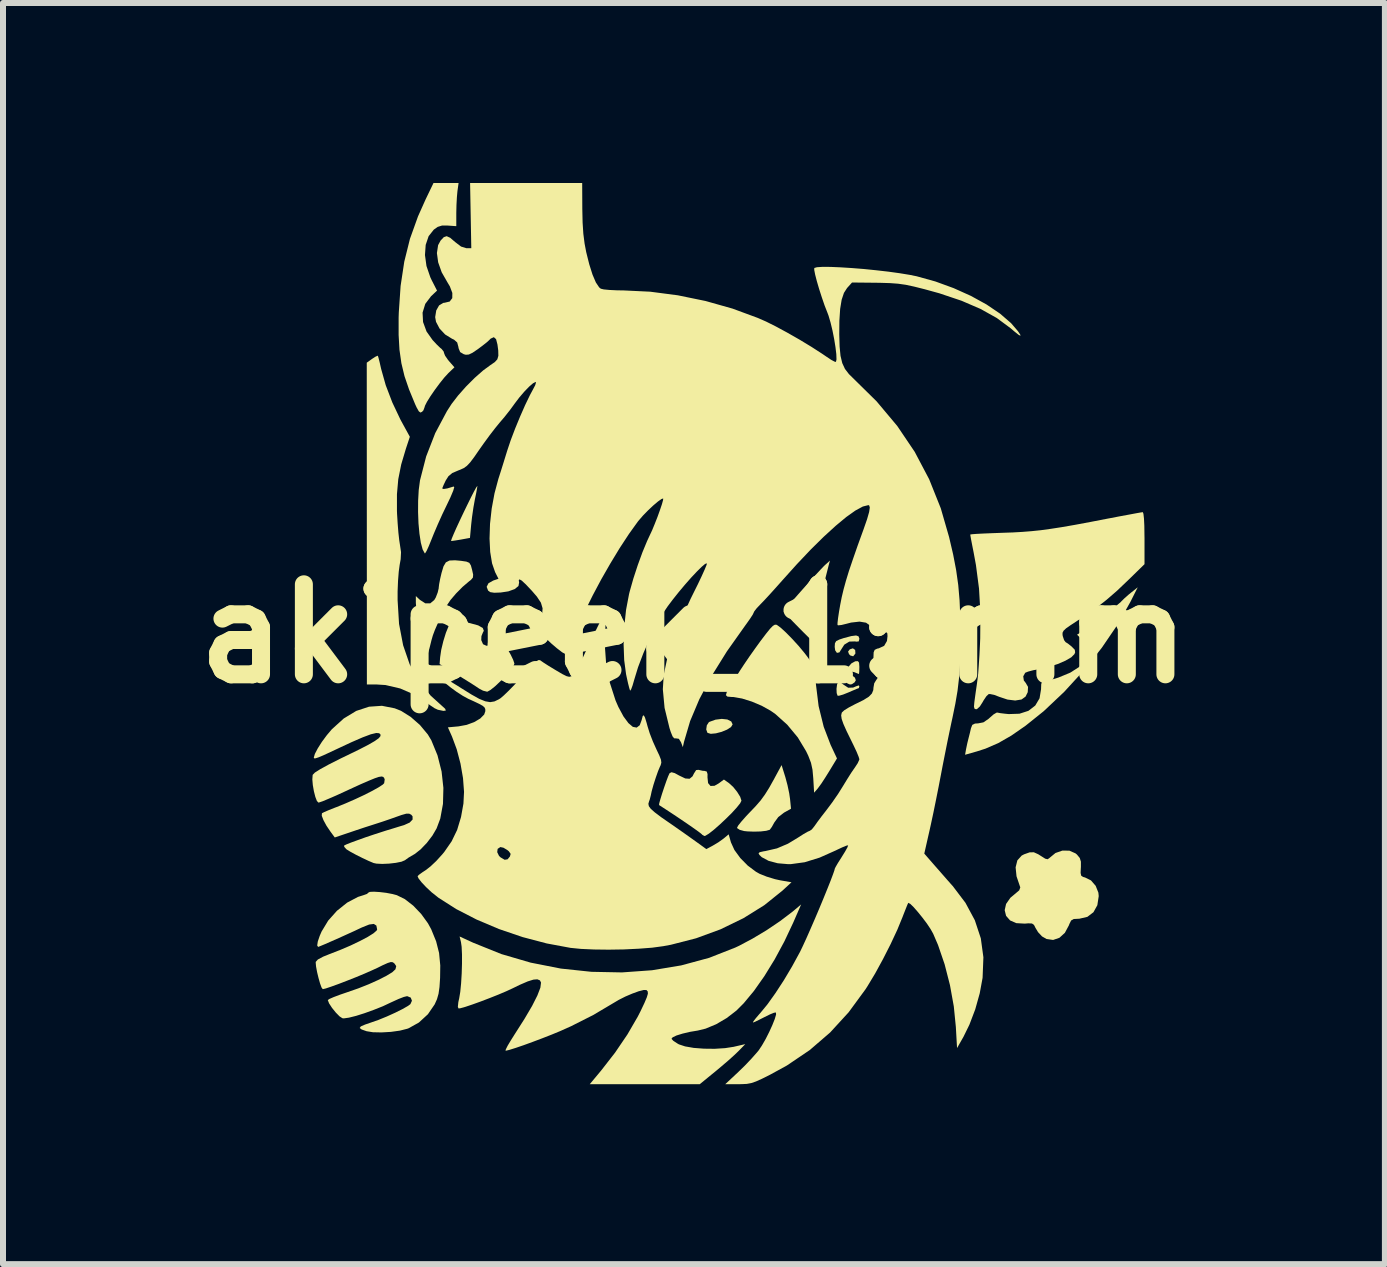
<source format=kicad_pcb>
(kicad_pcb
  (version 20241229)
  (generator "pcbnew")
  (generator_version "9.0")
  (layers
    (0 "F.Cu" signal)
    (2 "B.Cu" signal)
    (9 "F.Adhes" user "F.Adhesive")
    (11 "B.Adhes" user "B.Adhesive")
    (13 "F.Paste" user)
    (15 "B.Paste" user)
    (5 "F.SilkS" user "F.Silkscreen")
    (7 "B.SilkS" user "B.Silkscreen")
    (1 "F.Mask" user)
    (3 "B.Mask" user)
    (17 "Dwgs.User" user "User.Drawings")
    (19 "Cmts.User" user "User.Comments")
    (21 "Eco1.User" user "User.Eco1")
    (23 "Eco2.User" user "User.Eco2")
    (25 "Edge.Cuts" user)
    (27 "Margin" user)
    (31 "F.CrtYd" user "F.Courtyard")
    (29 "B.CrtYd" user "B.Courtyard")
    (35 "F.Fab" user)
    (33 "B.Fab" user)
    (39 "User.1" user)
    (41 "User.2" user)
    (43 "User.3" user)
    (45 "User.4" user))
  (footprint "akipeek_15mm"
    (layer "F.Cu")
    (at 8.514 7.509)
    (property "Reference" "akipeek_15mm" (at 0 0 0) (layer "F.SilkS") (effects (font (size 1.5 1.5) (thickness 0.3))))
    (attr board_only exclude_from_pos_files exclude_from_bom)
    (fp_poly (pts (xy 2.687 0.272) (xy 2.691 0.327) (xy 2.689 0.335) (xy 2.654 0.378) (xy 2.606 0.364) (xy 2.584 0.341) (xy 2.569 0.299) (xy 2.597 0.263) (xy 2.649 0.245)) (stroke (width 0) (type solid)) (fill yes) (layer "F.SilkS"))
    (fp_poly (pts (xy 2.632 0.694) (xy 2.683 0.734) (xy 2.698 0.778) (xy 2.677 0.813) (xy 2.633 0.843) (xy 2.601 0.848) (xy 2.574 0.837) (xy 2.559 0.831) (xy 2.527 0.793) (xy 2.529 0.738) (xy 2.563 0.695) (xy 2.57 0.692)) (stroke (width 0) (type solid)) (fill yes) (layer "F.SilkS"))
    (fp_poly (pts (xy 0.557 1.431) (xy 0.622 1.464) (xy 0.645 1.513) (xy 0.619 1.556) (xy 0.552 1.6) (xy 0.462 1.637) (xy 0.366 1.662) (xy 0.281 1.67) (xy 0.227 1.654) (xy 0.225 1.652) (xy 0.205 1.597) (xy 0.215 1.528) (xy 0.249 1.476) (xy 0.257 1.471) (xy 0.36 1.434) (xy 0.465 1.421)) (stroke (width 0) (type solid)) (fill yes) (layer "F.SilkS"))
    (fp_poly (pts (xy 2.752 0.484) (xy 2.757 0.552) (xy 2.757 0.561) (xy 2.755 0.633) (xy 2.751 0.671) (xy 2.75 0.673) (xy 2.72 0.662) (xy 2.671 0.642) (xy 2.602 0.626) (xy 2.56 0.629) (xy 2.54 0.627) (xy 2.554 0.587) (xy 2.57 0.559) (xy 2.625 0.496) (xy 2.687 0.462) (xy 2.689 0.461) (xy 2.733 0.459)) (stroke (width 0) (type solid)) (fill yes) (layer "F.SilkS"))
    (fp_poly (pts (xy 2.743 0.045) (xy 2.757 0.083) (xy 2.757 0.089) (xy 2.746 0.13) (xy 2.703 0.134) (xy 2.686 0.13) (xy 2.589 0.133) (xy 2.506 0.184) (xy 2.463 0.251) (xy 2.424 0.313) (xy 2.383 0.321) (xy 2.354 0.279) (xy 2.346 0.221) (xy 2.35 0.161) (xy 2.371 0.125) (xy 2.423 0.099) (xy 2.498 0.074) (xy 2.623 0.041) (xy 2.702 0.031)) (stroke (width 0) (type solid)) (fill yes) (layer "F.SilkS"))
    (fp_poly (pts (xy 2.443 0.813) (xy 2.492 0.85) (xy 2.571 0.902) (xy 2.654 0.899) (xy 2.7 0.879) (xy 2.747 0.863) (xy 2.757 0.879) (xy 2.749 0.908) (xy 2.746 0.909) (xy 2.716 0.92) (xy 2.647 0.949) (xy 2.573 0.981) (xy 2.485 1.016) (xy 2.419 1.035) (xy 2.394 1.035) (xy 2.379 0.991) (xy 2.376 0.92) (xy 2.385 0.85) (xy 2.402 0.808) (xy 2.404 0.807)) (stroke (width 0) (type solid)) (fill yes) (layer "F.SilkS"))
    (fp_poly (pts (xy -3.609 -2.458) (xy -3.614 -2.422) (xy -3.628 -2.344) (xy -3.649 -2.242) (xy -3.65 -2.238) (xy -3.675 -2.099) (xy -3.698 -1.94) (xy -3.712 -1.816) (xy -3.732 -1.595) (xy -3.89 -1.566) (xy -3.976 -1.552) (xy -4.034 -1.544) (xy -4.048 -1.544) (xy -4.036 -1.582) (xy -4.005 -1.657) (xy -3.959 -1.761) (xy -3.902 -1.884) (xy -3.84 -2.015) (xy -3.777 -2.145) (xy -3.718 -2.265) (xy -3.668 -2.363) (xy -3.63 -2.432) (xy -3.611 -2.46)) (stroke (width 0) (type solid)) (fill yes) (layer "F.SilkS"))
    (fp_poly (pts (xy 2.247 -1.144) (xy 2.194 -0.935) (xy 2.143 -0.703) (xy 2.098 -0.469) (xy 2.063 -0.257) (xy 2.05 -0.154) (xy 2.034 -0.03) (xy 2.018 0.068) (xy 2.005 0.128) (xy 1.998 0.142) (xy 1.971 0.12) (xy 1.913 0.065) (xy 1.831 -0.016) (xy 1.738 -0.11) (xy 1.643 -0.207) (xy 1.566 -0.288) (xy 1.514 -0.345) (xy 1.496 -0.369) (xy 1.514 -0.395) (xy 1.565 -0.456) (xy 1.64 -0.543) (xy 1.731 -0.647) (xy 1.831 -0.76) (xy 1.932 -0.873) (xy 2.027 -0.977) (xy 2.108 -1.064) (xy 2.166 -1.125) (xy 2.186 -1.144) (xy 2.267 -1.217)) (stroke (width 0) (type solid)) (fill yes) (layer "F.SilkS"))
    (fp_poly (pts (xy 1.524 2.393) (xy 1.559 2.524) (xy 1.588 2.661) (xy 1.602 2.757) (xy 1.618 2.918) (xy 1.502 2.983) (xy 1.405 3.058) (xy 1.338 3.15) (xy 1.299 3.221) (xy 1.266 3.266) (xy 1.261 3.27) (xy 1.205 3.286) (xy 1.112 3.297) (xy 1 3.3) (xy 0.892 3.296) (xy 0.836 3.29) (xy 0.763 3.27) (xy 0.722 3.243) (xy 0.719 3.234) (xy 0.738 3.198) (xy 0.79 3.133) (xy 0.865 3.048) (xy 0.911 2.999) (xy 1.025 2.88) (xy 1.112 2.78) (xy 1.184 2.681) (xy 1.255 2.567) (xy 1.338 2.419) (xy 1.344 2.407) (xy 1.461 2.191)) (stroke (width 0) (type solid)) (fill yes) (layer "F.SilkS"))
    (fp_poly (pts (xy -3.777 -0.184) (xy -3.73 -0.174) (xy -3.595 -0.137) (xy -3.519 -0.094) (xy -3.501 -0.047) (xy -3.516 -0.02) (xy -3.541 0.042) (xy -3.544 0.108) (xy -3.514 0.177) (xy -3.456 0.203) (xy -3.38 0.184) (xy -3.327 0.145) (xy -3.274 0.103) (xy -3.236 0.101) (xy -3.21 0.119) (xy -3.164 0.171) (xy -3.109 0.254) (xy -3.055 0.348) (xy -3.013 0.435) (xy -2.992 0.496) (xy -2.992 0.502) (xy -3.012 0.549) (xy -3.066 0.622) (xy -3.142 0.709) (xy -3.229 0.798) (xy -3.315 0.879) (xy -3.39 0.939) (xy -3.441 0.967) (xy -3.447 0.968) (xy -3.514 0.951) (xy -3.578 0.917) (xy -3.632 0.881) (xy -3.722 0.823) (xy -3.836 0.752) (xy -3.944 0.686) (xy -4.238 0.507) (xy -4.229 0.393) (xy -4.211 0.27) (xy -4.176 0.125) (xy -4.133 -0.014) (xy -4.089 -0.122) (xy -4.088 -0.124) (xy -4.049 -0.175) (xy -3.992 -0.201) (xy -3.905 -0.204)) (stroke (width 0) (type solid)) (fill yes) (layer "F.SilkS"))
    (fp_poly (pts (xy -3.881 -1.213) (xy -3.792 -1.2) (xy -3.744 -1.18) (xy -3.717 -1.137) (xy -3.697 -1.064) (xy -3.679 -0.983) (xy -3.683 -0.934) (xy -3.715 -0.896) (xy -3.746 -0.872) (xy -3.854 -0.78) (xy -3.963 -0.67) (xy -4.056 -0.561) (xy -4.119 -0.468) (xy -4.12 -0.466) (xy -4.208 -0.295) (xy -4.272 -0.163) (xy -4.317 -0.06) (xy -4.35 0.028) (xy -4.374 0.111) (xy -4.383 0.148) (xy -4.407 0.244) (xy -4.428 0.315) (xy -4.44 0.343) (xy -4.455 0.326) (xy -4.48 0.267) (xy -4.501 0.201) (xy -4.538 0.058) (xy -4.573 -0.102) (xy -4.603 -0.262) (xy -4.625 -0.403) (xy -4.634 -0.509) (xy -4.634 -0.521) (xy -4.634 -0.626) (xy -4.566 -0.562) (xy -4.477 -0.505) (xy -4.395 -0.504) (xy -4.327 -0.56) (xy -4.302 -0.602) (xy -4.27 -0.685) (xy -4.253 -0.756) (xy -4.253 -0.765) (xy -4.246 -0.823) (xy -4.228 -0.917) (xy -4.206 -1.011) (xy -4.173 -1.121) (xy -4.134 -1.187) (xy -4.074 -1.218) (xy -3.981 -1.222)) (stroke (width 0) (type solid)) (fill yes) (layer "F.SilkS"))
    (fp_poly (pts (xy -5.267 -4.63) (xy -5.257 -4.598) (xy -5.238 -4.524) (xy -5.215 -4.423) (xy -5.212 -4.41) (xy -5.136 -4.14) (xy -5.026 -3.852) (xy -4.891 -3.567) (xy -4.86 -3.51) (xy -4.734 -3.28) (xy -4.799 -3.084) (xy -4.878 -2.819) (xy -4.927 -2.573) (xy -4.949 -2.323) (xy -4.949 -2.045) (xy -4.947 -1.994) (xy -4.937 -1.835) (xy -4.925 -1.684) (xy -4.911 -1.558) (xy -4.898 -1.473) (xy -4.897 -1.467) (xy -4.881 -1.358) (xy -4.887 -1.239) (xy -4.904 -1.144) (xy -4.919 -1.032) (xy -4.931 -0.879) (xy -4.938 -0.704) (xy -4.938 -0.557) (xy -4.914 -0.162) (xy -4.846 0.194) (xy -4.737 0.511) (xy -4.583 0.791) (xy -4.386 1.035) (xy -4.209 1.195) (xy -4.146 1.252) (xy -4.134 1.282) (xy -4.174 1.288) (xy -4.267 1.269) (xy -4.323 1.243) (xy -4.4 1.191) (xy -4.443 1.159) (xy -4.657 1.017) (xy -4.895 0.914) (xy -5.14 0.857) (xy -5.299 0.847) (xy -5.45 0.848) (xy -5.451 -1.833) (xy -5.452 -4.515) (xy -5.364 -4.578) (xy -5.305 -4.616) (xy -5.27 -4.631)) (stroke (width 0) (type solid)) (fill yes) (layer "F.SilkS"))
    (fp_poly (pts (xy 0.146 2.286) (xy 0.178 2.288) (xy 0.214 2.299) (xy 0.227 2.341) (xy 0.226 2.394) (xy 0.236 2.491) (xy 0.276 2.539) (xy 0.343 2.536) (xy 0.41 2.498) (xy 0.5 2.432) (xy 0.585 2.492) (xy 0.654 2.555) (xy 0.72 2.637) (xy 0.771 2.719) (xy 0.792 2.783) (xy 0.792 2.784) (xy 0.771 2.827) (xy 0.714 2.898) (xy 0.633 2.987) (xy 0.535 3.084) (xy 0.432 3.181) (xy 0.334 3.267) (xy 0.25 3.333) (xy 0.191 3.369) (xy 0.175 3.373) (xy 0.138 3.352) (xy 0.132 3.344) (xy 0.104 3.321) (xy 0.037 3.272) (xy -0.058 3.205) (xy -0.172 3.127) (xy -0.295 3.044) (xy -0.416 2.964) (xy -0.525 2.893) (xy -0.581 2.857) (xy -0.578 2.828) (xy -0.559 2.759) (xy -0.53 2.665) (xy -0.495 2.56) (xy -0.46 2.459) (xy -0.429 2.377) (xy -0.407 2.329) (xy -0.404 2.325) (xy -0.373 2.31) (xy -0.319 2.325) (xy -0.246 2.365) (xy -0.144 2.414) (xy -0.072 2.419) (xy -0.023 2.378) (xy 0.001 2.33) (xy 0.037 2.274) (xy 0.076 2.27)) (stroke (width 0) (type solid)) (fill yes) (layer "F.SilkS"))
    (fp_poly (pts (xy 1.378 -0.147) (xy 1.384 -0.144) (xy 1.448 -0.097) (xy 1.536 -0.016) (xy 1.638 0.088) (xy 1.743 0.203) (xy 1.838 0.317) (xy 1.888 0.382) (xy 1.947 0.465) (xy 1.985 0.531) (xy 2.008 0.598) (xy 2.021 0.684) (xy 2.031 0.806) (xy 2.033 0.843) (xy 2.078 1.208) (xy 2.163 1.553) (xy 2.278 1.854) (xy 2.384 2.08) (xy 2.255 2.293) (xy 2.187 2.402) (xy 2.123 2.5) (xy 2.073 2.568) (xy 2.065 2.579) (xy 2.003 2.651) (xy 1.989 2.412) (xy 1.976 2.268) (xy 1.951 2.153) (xy 1.906 2.036) (xy 1.869 1.959) (xy 1.731 1.73) (xy 1.555 1.518) (xy 1.358 1.341) (xy 1.278 1.285) (xy 1.131 1.203) (xy 0.966 1.133) (xy 0.803 1.082) (xy 0.662 1.057) (xy 0.628 1.056) (xy 0.559 1.05) (xy 0.533 1.026) (xy 0.548 0.974) (xy 0.589 0.904) (xy 0.635 0.83) (xy 0.699 0.727) (xy 0.766 0.619) (xy 0.768 0.616) (xy 0.835 0.514) (xy 0.924 0.383) (xy 1.024 0.242) (xy 1.108 0.126) (xy 1.202 0.002) (xy 1.269 -0.081) (xy 1.316 -0.129) (xy 1.35 -0.149)) (stroke (width 0) (type solid)) (fill yes) (layer "F.SilkS"))
    (fp_poly (pts (xy -3.941 -7.372) (xy -3.95 -7.273) (xy -3.957 -7.143) (xy -3.96 -7.013) (xy -3.96 -6.79) (xy -4.101 -6.8) (xy -4.199 -6.8) (xy -4.27 -6.778) (xy -4.335 -6.732) (xy -4.421 -6.623) (xy -4.47 -6.478) (xy -4.482 -6.309) (xy -4.457 -6.126) (xy -4.393 -5.939) (xy -4.37 -5.89) (xy -4.281 -5.716) (xy -4.381 -5.622) (xy -4.477 -5.495) (xy -4.522 -5.349) (xy -4.514 -5.193) (xy -4.456 -5.035) (xy -4.355 -4.892) (xy -4.287 -4.819) (xy -4.229 -4.763) (xy -4.204 -4.743) (xy -4.169 -4.698) (xy -4.165 -4.678) (xy -4.147 -4.632) (xy -4.101 -4.565) (xy -4.078 -4.537) (xy -3.991 -4.438) (xy -4.094 -4.339) (xy -4.16 -4.267) (xy -4.237 -4.171) (xy -4.317 -4.063) (xy -4.39 -3.957) (xy -4.448 -3.864) (xy -4.482 -3.797) (xy -4.488 -3.775) (xy -4.508 -3.721) (xy -4.531 -3.696) (xy -4.558 -3.684) (xy -4.585 -3.705) (xy -4.62 -3.767) (xy -4.646 -3.823) (xy -4.747 -4.068) (xy -4.823 -4.29) (xy -4.875 -4.506) (xy -4.907 -4.731) (xy -4.921 -4.978) (xy -4.921 -5.264) (xy -4.918 -5.353) (xy -4.888 -5.794) (xy -4.827 -6.198) (xy -4.732 -6.58) (xy -4.598 -6.953) (xy -4.471 -7.237) (xy -4.34 -7.509) (xy -4.131 -7.509) (xy -3.922 -7.509)) (stroke (width 0) (type solid)) (fill yes) (layer "F.SilkS"))
    (fp_poly (pts (xy 6.257 3.617) (xy 6.359 3.662) (xy 6.383 3.682) (xy 6.43 3.739) (xy 6.449 3.8) (xy 6.449 3.892) (xy 6.448 3.902) (xy 6.444 3.988) (xy 6.454 4.034) (xy 6.485 4.055) (xy 6.518 4.064) (xy 6.617 4.113) (xy 6.695 4.203) (xy 6.74 4.316) (xy 6.746 4.374) (xy 6.723 4.526) (xy 6.658 4.643) (xy 6.557 4.72) (xy 6.424 4.751) (xy 6.408 4.752) (xy 6.329 4.756) (xy 6.286 4.781) (xy 6.256 4.841) (xy 6.25 4.859) (xy 6.182 4.986) (xy 6.091 5.069) (xy 5.986 5.105) (xy 5.876 5.089) (xy 5.801 5.046) (xy 5.735 4.975) (xy 5.692 4.904) (xy 5.667 4.854) (xy 5.634 4.831) (xy 5.573 4.828) (xy 5.513 4.833) (xy 5.372 4.825) (xy 5.268 4.779) (xy 5.202 4.703) (xy 5.179 4.609) (xy 5.202 4.505) (xy 5.274 4.402) (xy 5.348 4.34) (xy 5.421 4.278) (xy 5.439 4.229) (xy 5.437 4.224) (xy 5.376 4.044) (xy 5.361 3.895) (xy 5.39 3.779) (xy 5.462 3.699) (xy 5.502 3.678) (xy 5.595 3.645) (xy 5.665 3.644) (xy 5.738 3.677) (xy 5.787 3.708) (xy 5.855 3.751) (xy 5.895 3.76) (xy 5.925 3.739) (xy 5.928 3.736) (xy 6.025 3.656) (xy 6.14 3.616)) (stroke (width 0) (type solid)) (fill yes) (layer "F.SilkS"))
    (fp_poly (pts (xy 7.274 -0.529) (xy 7.058 -0.146) (xy 6.795 0.239) (xy 6.496 0.615) (xy 6.171 0.97) (xy 5.83 1.292) (xy 5.527 1.535) (xy 5.289 1.7) (xy 5.071 1.825) (xy 4.859 1.917) (xy 4.716 1.963) (xy 4.519 2.019) (xy 4.535 1.926) (xy 4.556 1.826) (xy 4.576 1.745) (xy 4.6 1.651) (xy 4.617 1.577) (xy 4.639 1.521) (xy 4.684 1.499) (xy 4.735 1.496) (xy 4.824 1.479) (xy 4.909 1.421) (xy 4.931 1.401) (xy 4.994 1.346) (xy 5.044 1.317) (xy 5.058 1.316) (xy 5.103 1.325) (xy 5.185 1.335) (xy 5.246 1.341) (xy 5.425 1.335) (xy 5.574 1.287) (xy 5.688 1.199) (xy 5.76 1.078) (xy 5.785 0.927) (xy 5.785 0.92) (xy 5.788 0.839) (xy 5.804 0.801) (xy 5.84 0.792) (xy 5.84 0.792) (xy 5.897 0.783) (xy 5.988 0.759) (xy 6.075 0.732) (xy 6.271 0.651) (xy 6.418 0.557) (xy 6.516 0.455) (xy 6.561 0.346) (xy 6.553 0.234) (xy 6.488 0.123) (xy 6.462 0.094) (xy 6.385 0.018) (xy 6.455 -0.028) (xy 6.535 -0.082) (xy 6.638 -0.157) (xy 6.753 -0.242) (xy 6.869 -0.331) (xy 6.976 -0.414) (xy 7.061 -0.482) (xy 7.115 -0.528) (xy 7.124 -0.539) (xy 7.172 -0.586) (xy 7.244 -0.65) (xy 7.281 -0.68) (xy 7.396 -0.772)) (stroke (width 0) (type solid)) (fill yes) (layer "F.SilkS"))
    (fp_poly (pts (xy 7.491 -1.996) (xy 7.5 -1.917) (xy 7.506 -1.796) (xy 7.508 -1.64) (xy 7.509 -1.591) (xy 7.509 -1.157) (xy 7.252 -0.906) (xy 7.055 -0.718) (xy 6.875 -0.562) (xy 6.695 -0.421) (xy 6.494 -0.282) (xy 6.395 -0.218) (xy 6.278 -0.141) (xy 6.202 -0.088) (xy 6.16 -0.048) (xy 6.143 -0.015) (xy 6.143 0.022) (xy 6.147 0.043) (xy 6.169 0.109) (xy 6.194 0.142) (xy 6.194 0.142) (xy 6.234 0.167) (xy 6.293 0.214) (xy 6.297 0.218) (xy 6.347 0.269) (xy 6.353 0.313) (xy 6.341 0.342) (xy 6.288 0.395) (xy 6.19 0.452) (xy 6.062 0.507) (xy 5.916 0.554) (xy 5.766 0.588) (xy 5.763 0.588) (xy 5.656 0.61) (xy 5.569 0.633) (xy 5.522 0.652) (xy 5.521 0.652) (xy 5.488 0.712) (xy 5.498 0.782) (xy 5.529 0.821) (xy 5.568 0.888) (xy 5.563 0.976) (xy 5.527 1.049) (xy 5.459 1.098) (xy 5.354 1.115) (xy 5.225 1.099) (xy 5.09 1.054) (xy 5.004 1.021) (xy 4.935 1.007) (xy 4.912 1.008) (xy 4.875 1.042) (xy 4.829 1.11) (xy 4.811 1.142) (xy 4.765 1.214) (xy 4.719 1.256) (xy 4.703 1.261) (xy 4.677 1.253) (xy 4.667 1.219) (xy 4.673 1.145) (xy 4.678 1.107) (xy 4.694 0.99) (xy 4.714 0.852) (xy 4.726 0.763) (xy 4.737 0.667) (xy 4.747 0.528) (xy 4.758 0.36) (xy 4.767 0.179) (xy 4.771 0.078) (xy 4.774 -0.352) (xy 4.751 -0.751) (xy 4.7 -1.142) (xy 4.661 -1.354) (xy 4.637 -1.475) (xy 4.618 -1.574) (xy 4.607 -1.636) (xy 4.605 -1.651) (xy 4.633 -1.656) (xy 4.71 -1.662) (xy 4.827 -1.668) (xy 4.976 -1.674) (xy 5.14 -1.68) (xy 5.314 -1.686) (xy 5.472 -1.695) (xy 5.624 -1.707) (xy 5.779 -1.723) (xy 5.946 -1.746) (xy 6.134 -1.775) (xy 6.352 -1.813) (xy 6.609 -1.861) (xy 6.914 -1.92) (xy 6.916 -1.92) (xy 7.087 -1.953) (xy 7.239 -1.981) (xy 7.361 -2.004) (xy 7.445 -2.019) (xy 7.481 -2.024)) (stroke (width 0) (type solid)) (fill yes) (layer "F.SilkS"))
    (fp_poly (pts (xy 1.655 4.816) (xy 1.507 5.13) (xy 1.345 5.43) (xy 1.174 5.708) (xy 1 5.955) (xy 0.83 6.16) (xy 0.708 6.282) (xy 0.547 6.406) (xy 0.37 6.51) (xy 0.195 6.583) (xy 0.064 6.615) (xy -0.068 6.637) (xy -0.19 6.666) (xy -0.29 6.697) (xy -0.355 6.728) (xy -0.374 6.753) (xy -0.343 6.786) (xy -0.278 6.829) (xy -0.25 6.845) (xy -0.147 6.879) (xy -0.003 6.904) (xy 0.167 6.917) (xy 0.346 6.919) (xy 0.519 6.908) (xy 0.668 6.885) (xy 0.67 6.884) (xy 0.856 6.841) (xy 0.743 6.957) (xy 0.673 7.024) (xy 0.573 7.114) (xy 0.455 7.215) (xy 0.364 7.291) (xy 0.097 7.509) (xy -0.819 7.509) (xy -1.736 7.509) (xy -1.546 7.281) (xy -1.314 6.983) (xy -1.107 6.678) (xy -0.936 6.383) (xy -0.89 6.293) (xy -0.825 6.156) (xy -0.785 6.061) (xy -0.767 6) (xy -0.77 5.963) (xy -0.79 5.941) (xy -0.79 5.94) (xy -0.837 5.939) (xy -0.92 5.96) (xy -1.027 5.999) (xy -1.142 6.048) (xy -1.253 6.104) (xy -1.305 6.135) (xy -1.678 6.356) (xy -2.048 6.543) (xy -2.229 6.624) (xy -2.372 6.683) (xy -2.528 6.744) (xy -2.687 6.804) (xy -2.838 6.859) (xy -2.97 6.904) (xy -3.072 6.936) (xy -3.133 6.951) (xy -3.139 6.951) (xy -3.135 6.929) (xy -3.104 6.867) (xy -3.05 6.777) (xy -2.989 6.68) (xy -2.824 6.421) (xy -2.697 6.205) (xy -2.609 6.031) (xy -2.559 5.901) (xy -2.548 5.815) (xy -2.566 5.779) (xy -2.609 5.761) (xy -2.674 5.766) (xy -2.77 5.796) (xy -2.902 5.853) (xy -3.021 5.911) (xy -3.127 5.96) (xy -3.259 6.016) (xy -3.405 6.074) (xy -3.554 6.131) (xy -3.693 6.181) (xy -3.809 6.22) (xy -3.892 6.243) (xy -3.922 6.247) (xy -3.934 6.221) (xy -3.926 6.142) (xy -3.912 6.079) (xy -3.894 5.972) (xy -3.88 5.829) (xy -3.87 5.666) (xy -3.865 5.5) (xy -3.865 5.345) (xy -3.871 5.218) (xy -3.882 5.141) (xy -3.905 5.047) (xy -3.679 5.151) (xy -3.21 5.34) (xy -2.721 5.483) (xy -2.218 5.582) (xy -1.708 5.636) (xy -1.199 5.646) (xy -0.698 5.61) (xy -0.211 5.529) (xy 0.254 5.403) (xy 0.689 5.232) (xy 0.753 5.202) (xy 0.975 5.084) (xy 1.209 4.944) (xy 1.433 4.793) (xy 1.626 4.647) (xy 1.649 4.629) (xy 1.787 4.513)) (stroke (width 0) (type solid)) (fill yes) (layer "F.SilkS"))
    (fp_poly (pts (xy -5.235 4.307) (xy -5.127 4.32) (xy -5.022 4.34) (xy -4.951 4.359) (xy -4.817 4.425) (xy -4.677 4.534) (xy -4.545 4.672) (xy -4.432 4.828) (xy -4.378 4.927) (xy -4.296 5.128) (xy -4.247 5.322) (xy -4.227 5.53) (xy -4.23 5.739) (xy -4.24 5.89) (xy -4.256 6.002) (xy -4.282 6.093) (xy -4.32 6.178) (xy -4.433 6.343) (xy -4.583 6.481) (xy -4.753 6.576) (xy -4.777 6.585) (xy -4.899 6.616) (xy -5.05 6.637) (xy -5.206 6.646) (xy -5.349 6.643) (xy -5.455 6.626) (xy -5.537 6.597) (xy -5.57 6.572) (xy -5.551 6.546) (xy -5.48 6.515) (xy -5.39 6.484) (xy -5.258 6.438) (xy -5.116 6.38) (xy -4.977 6.317) (xy -4.855 6.256) (xy -4.764 6.204) (xy -4.725 6.175) (xy -4.699 6.118) (xy -4.719 6.066) (xy -4.777 6.042) (xy -4.781 6.042) (xy -4.835 6.055) (xy -4.923 6.089) (xy -5.028 6.137) (xy -5.048 6.146) (xy -5.184 6.21) (xy -5.335 6.27) (xy -5.487 6.325) (xy -5.629 6.37) (xy -5.749 6.4) (xy -5.833 6.412) (xy -5.857 6.41) (xy -5.905 6.379) (xy -5.968 6.315) (xy -6.031 6.237) (xy -6.08 6.162) (xy -6.101 6.108) (xy -6.101 6.107) (xy -6.074 6.088) (xy -6.003 6.057) (xy -5.897 6.017) (xy -5.771 5.974) (xy -5.593 5.912) (xy -5.419 5.843) (xy -5.261 5.772) (xy -5.127 5.704) (xy -5.028 5.644) (xy -4.975 5.595) (xy -4.974 5.594) (xy -4.961 5.541) (xy -4.99 5.498) (xy -5.017 5.477) (xy -5.051 5.473) (xy -5.103 5.489) (xy -5.188 5.527) (xy -5.268 5.567) (xy -5.366 5.612) (xy -5.491 5.667) (xy -5.633 5.726) (xy -5.78 5.784) (xy -5.92 5.838) (xy -6.042 5.882) (xy -6.134 5.913) (xy -6.184 5.925) (xy -6.185 5.925) (xy -6.205 5.899) (xy -6.23 5.831) (xy -6.256 5.739) (xy -6.28 5.64) (xy -6.297 5.548) (xy -6.303 5.482) (xy -6.301 5.469) (xy -6.267 5.431) (xy -6.18 5.384) (xy -6.071 5.34) (xy -5.891 5.27) (xy -5.72 5.197) (xy -5.566 5.123) (xy -5.437 5.055) (xy -5.341 4.995) (xy -5.288 4.949) (xy -5.279 4.931) (xy -5.292 4.865) (xy -5.335 4.838) (xy -5.412 4.848) (xy -5.529 4.895) (xy -5.545 4.902) (xy -5.657 4.955) (xy -5.785 5.013) (xy -5.917 5.073) (xy -6.042 5.128) (xy -6.149 5.175) (xy -6.226 5.207) (xy -6.262 5.221) (xy -6.263 5.221) (xy -6.278 5.197) (xy -6.268 5.131) (xy -6.236 5.037) (xy -6.205 4.965) (xy -6.095 4.783) (xy -5.949 4.619) (xy -5.779 4.483) (xy -5.599 4.388) (xy -5.507 4.359) (xy -5.448 4.338) (xy -5.426 4.317) (xy -5.4 4.304) (xy -5.331 4.301)) (stroke (width 0) (type solid)) (fill yes) (layer "F.SilkS"))
    (fp_poly (pts (xy -4.986 1.245) (xy -4.883 1.286) (xy -4.721 1.387) (xy -4.565 1.524) (xy -4.435 1.68) (xy -4.376 1.778) (xy -4.273 2.029) (xy -4.205 2.298) (xy -4.175 2.572) (xy -4.182 2.838) (xy -4.227 3.083) (xy -4.288 3.246) (xy -4.358 3.366) (xy -4.452 3.489) (xy -4.556 3.597) (xy -4.653 3.673) (xy -4.674 3.685) (xy -4.754 3.732) (xy -4.818 3.778) (xy -4.819 3.778) (xy -4.873 3.801) (xy -4.967 3.82) (xy -5.08 3.833) (xy -5.195 3.838) (xy -5.291 3.833) (xy -5.338 3.823) (xy -5.421 3.788) (xy -5.525 3.739) (xy -5.633 3.685) (xy -5.725 3.635) (xy -5.785 3.598) (xy -5.791 3.594) (xy -5.827 3.554) (xy -5.83 3.532) (xy -5.794 3.514) (xy -5.714 3.482) (xy -5.602 3.441) (xy -5.471 3.394) (xy -5.331 3.347) (xy -5.195 3.303) (xy -5.133 3.283) (xy -5.014 3.247) (xy -4.901 3.212) (xy -4.83 3.191) (xy -4.737 3.149) (xy -4.688 3.098) (xy -4.689 3.044) (xy -4.711 3.018) (xy -4.746 3) (xy -4.795 3.001) (xy -4.873 3.023) (xy -4.938 3.046) (xy -5.062 3.09) (xy -5.191 3.134) (xy -5.265 3.158) (xy -5.358 3.188) (xy -5.486 3.229) (xy -5.627 3.276) (xy -5.698 3.3) (xy -5.985 3.397) (xy -6.054 3.304) (xy -6.123 3.202) (xy -6.174 3.108) (xy -6.202 3.035) (xy -6.199 2.994) (xy -6.199 2.994) (xy -6.161 2.974) (xy -6.084 2.941) (xy -5.981 2.9) (xy -5.954 2.89) (xy -5.804 2.829) (xy -5.649 2.761) (xy -5.499 2.691) (xy -5.365 2.623) (xy -5.257 2.563) (xy -5.185 2.516) (xy -5.162 2.493) (xy -5.153 2.43) (xy -5.163 2.404) (xy -5.179 2.387) (xy -5.206 2.381) (xy -5.251 2.388) (xy -5.319 2.411) (xy -5.417 2.451) (xy -5.553 2.51) (xy -5.732 2.592) (xy -5.827 2.636) (xy -5.967 2.7) (xy -6.092 2.754) (xy -6.188 2.794) (xy -6.247 2.814) (xy -6.257 2.816) (xy -6.283 2.789) (xy -6.309 2.721) (xy -6.333 2.627) (xy -6.351 2.524) (xy -6.359 2.43) (xy -6.354 2.359) (xy -6.352 2.352) (xy -6.317 2.316) (xy -6.227 2.259) (xy -6.083 2.18) (xy -5.885 2.08) (xy -5.777 2.028) (xy -5.576 1.93) (xy -5.425 1.852) (xy -5.318 1.79) (xy -5.252 1.743) (xy -5.223 1.707) (xy -5.224 1.679) (xy -5.246 1.66) (xy -5.294 1.656) (xy -5.385 1.678) (xy -5.521 1.729) (xy -5.703 1.808) (xy -5.89 1.895) (xy -6.056 1.973) (xy -6.175 2.028) (xy -6.256 2.062) (xy -6.305 2.078) (xy -6.329 2.078) (xy -6.335 2.067) (xy -6.317 2.005) (xy -6.269 1.913) (xy -6.2 1.804) (xy -6.117 1.692) (xy -6.034 1.594) (xy -5.835 1.414) (xy -5.627 1.288) (xy -5.414 1.218) (xy -5.199 1.203)) (stroke (width 0) (type solid)) (fill yes) (layer "F.SilkS"))
    (fp_poly (pts (xy -1.452 -0.373) (xy -1.458 -0.299) (xy -1.469 -0.197) (xy -1.471 -0.176) (xy -1.488 0.151) (xy -1.464 0.487) (xy -1.403 0.813) (xy -1.306 1.114) (xy -1.259 1.222) (xy -1.174 1.38) (xy -1.092 1.491) (xy -1.018 1.554) (xy -0.954 1.566) (xy -0.903 1.527) (xy -0.869 1.435) (xy -0.869 1.432) (xy -0.853 1.373) (xy -0.836 1.361) (xy -0.816 1.398) (xy -0.788 1.488) (xy -0.773 1.544) (xy -0.737 1.66) (xy -0.684 1.797) (xy -0.626 1.926) (xy -0.576 2.032) (xy -0.549 2.102) (xy -0.543 2.15) (xy -0.554 2.192) (xy -0.567 2.219) (xy -0.598 2.293) (xy -0.636 2.401) (xy -0.674 2.519) (xy -0.704 2.627) (xy -0.719 2.698) (xy -0.736 2.764) (xy -0.747 2.794) (xy -0.759 2.836) (xy -0.751 2.876) (xy -0.717 2.922) (xy -0.652 2.979) (xy -0.549 3.057) (xy -0.435 3.136) (xy -0.298 3.231) (xy -0.161 3.327) (xy -0.04 3.413) (xy 0.037 3.468) (xy 0.207 3.591) (xy 0.315 3.533) (xy 0.407 3.478) (xy 0.491 3.418) (xy 0.501 3.41) (xy 0.579 3.345) (xy 0.617 3.479) (xy 0.675 3.606) (xy 0.773 3.74) (xy 0.897 3.866) (xy 1.033 3.968) (xy 1.095 4.003) (xy 1.213 4.05) (xy 1.351 4.092) (xy 1.437 4.111) (xy 1.626 4.144) (xy 1.473 4.285) (xy 1.171 4.527) (xy 0.824 4.743) (xy 0.443 4.928) (xy 0.037 5.077) (xy -0.383 5.185) (xy -0.512 5.209) (xy -0.697 5.234) (xy -0.921 5.251) (xy -1.168 5.263) (xy -1.422 5.267) (xy -1.666 5.264) (xy -1.885 5.254) (xy -2.056 5.237) (xy -2.454 5.163) (xy -2.856 5.057) (xy -3.249 4.923) (xy -3.622 4.765) (xy -3.962 4.59) (xy -4.258 4.401) (xy -4.274 4.388) (xy -4.371 4.311) (xy -4.463 4.225) (xy -4.54 4.143) (xy -4.591 4.077) (xy -4.605 4.042) (xy -4.582 4.019) (xy -4.524 3.977) (xy -4.47 3.942) (xy -4.389 3.879) (xy -4.291 3.786) (xy -4.193 3.678) (xy -4.163 3.642) (xy -3.278 3.642) (xy -3.248 3.704) (xy -3.222 3.729) (xy -3.154 3.769) (xy -3.105 3.761) (xy -3.067 3.715) (xy -3.054 3.671) (xy -3.084 3.628) (xy -3.109 3.607) (xy -3.174 3.568) (xy -3.226 3.557) (xy -3.271 3.587) (xy -3.278 3.642) (xy -4.163 3.642) (xy -4.162 3.641) (xy -4.038 3.462) (xy -3.946 3.272) (xy -3.881 3.056) (xy -3.841 2.833) (xy -3.831 2.637) (xy -3.848 2.408) (xy -3.89 2.166) (xy -3.953 1.927) (xy -4.031 1.717) (xy -4.1 1.562) (xy -3.924 1.546) (xy -3.788 1.521) (xy -3.663 1.475) (xy -3.561 1.415) (xy -3.495 1.348) (xy -3.476 1.292) (xy -3.477 1.258) (xy -3.489 1.231) (xy -3.519 1.204) (xy -3.578 1.171) (xy -3.675 1.125) (xy -3.761 1.086) (xy -3.851 1.037) (xy -3.952 0.972) (xy -4.052 0.899) (xy -4.143 0.826) (xy -4.212 0.762) (xy -4.251 0.714) (xy -4.253 0.694) (xy -4.224 0.704) (xy -4.155 0.74) (xy -4.056 0.798) (xy -3.934 0.873) (xy -3.874 0.911) (xy -3.707 1.015) (xy -3.578 1.087) (xy -3.477 1.128) (xy -3.396 1.142) (xy -3.324 1.13) (xy -3.253 1.096) (xy -3.223 1.077) (xy -3.167 1.029) (xy -3.083 0.948) (xy -2.982 0.844) (xy -2.876 0.727) (xy -2.862 0.71) (xy -2.755 0.59) (xy -2.678 0.508) (xy -2.625 0.46) (xy -2.589 0.441) (xy -2.564 0.443) (xy -2.554 0.45) (xy -2.508 0.482) (xy -2.427 0.534) (xy -2.325 0.596) (xy -2.295 0.614) (xy -2.191 0.675) (xy -2.123 0.709) (xy -2.078 0.72) (xy -2.042 0.711) (xy -2.009 0.692) (xy -1.956 0.644) (xy -1.936 0.6) (xy -1.924 0.565) (xy -1.891 0.489) (xy -1.843 0.383) (xy -1.784 0.256) (xy -1.718 0.118) (xy -1.65 -0.022) (xy -1.586 -0.153) (xy -1.529 -0.266) (xy -1.485 -0.35) (xy -1.457 -0.397) (xy -1.451 -0.404)) (stroke (width 0) (type solid)) (fill yes) (layer "F.SilkS"))
    (fp_poly (pts (xy -1.86 -7.076) (xy -1.855 -6.85) (xy -1.843 -6.665) (xy -1.822 -6.5) (xy -1.795 -6.358) (xy -1.744 -6.154) (xy -1.69 -5.983) (xy -1.634 -5.852) (xy -1.579 -5.77) (xy -1.552 -5.748) (xy -1.503 -5.736) (xy -1.409 -5.727) (xy -1.285 -5.721) (xy -1.168 -5.719) (xy -0.729 -5.698) (xy -0.269 -5.638) (xy 0.194 -5.543) (xy 0.644 -5.416) (xy 1.064 -5.261) (xy 1.203 -5.2) (xy 1.365 -5.119) (xy 1.557 -5.015) (xy 1.762 -4.898) (xy 1.96 -4.778) (xy 2.135 -4.665) (xy 2.21 -4.614) (xy 2.288 -4.562) (xy 2.345 -4.532) (xy 2.367 -4.528) (xy 2.376 -4.57) (xy 2.373 -4.657) (xy 2.359 -4.774) (xy 2.337 -4.91) (xy 2.309 -5.051) (xy 2.277 -5.184) (xy 2.244 -5.297) (xy 2.226 -5.345) (xy 2.178 -5.468) (xy 2.131 -5.605) (xy 2.086 -5.745) (xy 2.048 -5.875) (xy 2.02 -5.984) (xy 2.005 -6.061) (xy 2.006 -6.093) (xy 2.051 -6.106) (xy 2.145 -6.112) (xy 2.279 -6.111) (xy 2.444 -6.104) (xy 2.632 -6.092) (xy 2.833 -6.076) (xy 3.039 -6.055) (xy 3.24 -6.032) (xy 3.428 -6.006) (xy 3.593 -5.979) (xy 3.712 -5.955) (xy 4.025 -5.868) (xy 4.329 -5.757) (xy 4.616 -5.628) (xy 4.876 -5.485) (xy 5.102 -5.332) (xy 5.285 -5.174) (xy 5.4 -5.04) (xy 5.438 -4.983) (xy 5.442 -4.963) (xy 5.411 -4.979) (xy 5.342 -5.034) (xy 5.275 -5.091) (xy 5.048 -5.259) (xy 4.778 -5.41) (xy 4.46 -5.547) (xy 4.091 -5.671) (xy 3.845 -5.739) (xy 3.67 -5.783) (xy 3.53 -5.813) (xy 3.403 -5.831) (xy 3.269 -5.841) (xy 3.105 -5.846) (xy 3.041 -5.847) (xy 2.635 -5.851) (xy 2.552 -5.759) (xy 2.5 -5.678) (xy 2.462 -5.564) (xy 2.437 -5.412) (xy 2.424 -5.214) (xy 2.422 -4.986) (xy 2.428 -4.784) (xy 2.443 -4.629) (xy 2.472 -4.508) (xy 2.517 -4.411) (xy 2.583 -4.325) (xy 2.646 -4.263) (xy 3.044 -3.871) (xy 3.388 -3.461) (xy 3.679 -3.03) (xy 3.92 -2.573) (xy 4.114 -2.088) (xy 4.252 -1.61) (xy 4.32 -1.319) (xy 4.37 -1.058) (xy 4.405 -0.809) (xy 4.427 -0.554) (xy 4.439 -0.275) (xy 4.443 0.015) (xy 4.441 0.296) (xy 4.433 0.536) (xy 4.417 0.749) (xy 4.393 0.953) (xy 4.357 1.165) (xy 4.309 1.4) (xy 4.292 1.477) (xy 4.263 1.615) (xy 4.226 1.793) (xy 4.186 1.994) (xy 4.145 2.201) (xy 4.118 2.343) (xy 4.078 2.551) (xy 4.034 2.772) (xy 3.99 2.988) (xy 3.949 3.179) (xy 3.927 3.278) (xy 3.839 3.666) (xy 4.009 3.861) (xy 4.108 3.974) (xy 4.212 4.093) (xy 4.301 4.194) (xy 4.312 4.205) (xy 4.525 4.486) (xy 4.681 4.776) (xy 4.781 5.078) (xy 4.824 5.394) (xy 4.811 5.726) (xy 4.81 5.739) (xy 4.763 5.994) (xy 4.688 6.262) (xy 4.591 6.517) (xy 4.493 6.717) (xy 4.385 6.907) (xy 4.365 6.555) (xy 4.331 6.213) (xy 4.267 5.858) (xy 4.178 5.511) (xy 4.068 5.189) (xy 3.987 5.001) (xy 3.944 4.924) (xy 3.882 4.831) (xy 3.808 4.733) (xy 3.732 4.639) (xy 3.662 4.559) (xy 3.607 4.505) (xy 3.574 4.487) (xy 3.571 4.489) (xy 3.556 4.521) (xy 3.527 4.594) (xy 3.488 4.693) (xy 3.477 4.722) (xy 3.39 4.934) (xy 3.278 5.174) (xy 3.151 5.424) (xy 3.02 5.664) (xy 2.893 5.875) (xy 2.861 5.925) (xy 2.578 6.311) (xy 2.27 6.647) (xy 1.93 6.94) (xy 1.55 7.197) (xy 1.271 7.35) (xy 1.135 7.418) (xy 1.035 7.463) (xy 0.956 7.49) (xy 0.881 7.504) (xy 0.796 7.508) (xy 0.741 7.509) (xy 0.522 7.509) (xy 0.74 7.305) (xy 0.851 7.197) (xy 0.96 7.082) (xy 1.051 6.979) (xy 1.08 6.944) (xy 1.135 6.861) (xy 1.196 6.755) (xy 1.255 6.638) (xy 1.307 6.524) (xy 1.347 6.423) (xy 1.369 6.349) (xy 1.367 6.314) (xy 1.335 6.318) (xy 1.266 6.346) (xy 1.177 6.39) (xy 1.086 6.436) (xy 1.016 6.47) (xy 0.983 6.482) (xy 0.991 6.462) (xy 1.03 6.411) (xy 1.093 6.337) (xy 1.102 6.328) (xy 1.223 6.181) (xy 1.358 5.992) (xy 1.499 5.776) (xy 1.637 5.544) (xy 1.764 5.311) (xy 1.769 5.302) (xy 1.814 5.208) (xy 1.873 5.08) (xy 1.94 4.928) (xy 2.013 4.76) (xy 2.087 4.586) (xy 2.158 4.415) (xy 2.223 4.255) (xy 2.278 4.117) (xy 2.319 4.008) (xy 2.343 3.939) (xy 2.346 3.921) (xy 2.361 3.889) (xy 2.4 3.822) (xy 2.456 3.734) (xy 2.464 3.721) (xy 2.519 3.632) (xy 2.557 3.564) (xy 2.57 3.529) (xy 2.569 3.528) (xy 2.54 3.534) (xy 2.472 3.562) (xy 2.38 3.605) (xy 2.371 3.61) (xy 2.095 3.733) (xy 1.846 3.81) (xy 1.619 3.841) (xy 1.571 3.842) (xy 1.396 3.827) (xy 1.245 3.787) (xy 1.131 3.726) (xy 1.092 3.689) (xy 1.077 3.661) (xy 1.096 3.643) (xy 1.161 3.628) (xy 1.193 3.623) (xy 1.384 3.579) (xy 1.567 3.501) (xy 1.737 3.398) (xy 1.826 3.341) (xy 1.896 3.301) (xy 1.933 3.285) (xy 1.933 3.285) (xy 1.965 3.263) (xy 2.009 3.208) (xy 2.014 3.201) (xy 2.059 3.137) (xy 2.127 3.046) (xy 2.205 2.946) (xy 2.214 2.934) (xy 2.306 2.811) (xy 2.404 2.669) (xy 2.484 2.541) (xy 2.553 2.428) (xy 2.621 2.32) (xy 2.676 2.24) (xy 2.682 2.232) (xy 2.729 2.16) (xy 2.755 2.103) (xy 2.757 2.092) (xy 2.744 2.05) (xy 2.711 1.969) (xy 2.661 1.863) (xy 2.621 1.781) (xy 2.543 1.622) (xy 2.491 1.505) (xy 2.462 1.422) (xy 2.454 1.363) (xy 2.463 1.321) (xy 2.467 1.313) (xy 2.505 1.278) (xy 2.581 1.231) (xy 2.68 1.179) (xy 2.69 1.174) (xy 2.826 1.107) (xy 2.915 1.051) (xy 2.966 0.998) (xy 2.989 0.941) (xy 2.992 0.901) (xy 3.005 0.827) (xy 3.034 0.78) (xy 3.067 0.731) (xy 3.093 0.653) (xy 3.096 0.638) (xy 3.105 0.566) (xy 3.094 0.535) (xy 3.055 0.528) (xy 3.054 0.528) (xy 3.015 0.52) (xy 2.997 0.487) (xy 2.992 0.414) (xy 2.992 0.395) (xy 2.995 0.313) (xy 3.012 0.271) (xy 3.053 0.251) (xy 3.081 0.245) (xy 3.17 0.204) (xy 3.217 0.123) (xy 3.226 0.043) (xy 3.223 -0.005) (xy 3.202 -0.025) (xy 3.149 -0.024) (xy 3.094 -0.016) (xy 3.013 -0.007) (xy 2.974 -0.014) (xy 2.963 -0.041) (xy 2.962 -0.052) (xy 2.938 -0.133) (xy 2.868 -0.182) (xy 2.76 -0.2) (xy 2.619 -0.184) (xy 2.542 -0.164) (xy 2.46 -0.144) (xy 2.405 -0.138) (xy 2.393 -0.143) (xy 2.393 -0.178) (xy 2.402 -0.258) (xy 2.419 -0.371) (xy 2.438 -0.48) (xy 2.463 -0.607) (xy 2.494 -0.737) (xy 2.533 -0.879) (xy 2.583 -1.043) (xy 2.648 -1.235) (xy 2.728 -1.465) (xy 2.828 -1.741) (xy 2.828 -1.741) (xy 2.886 -1.908) (xy 2.92 -2.027) (xy 2.931 -2.102) (xy 2.92 -2.137) (xy 2.907 -2.141) (xy 2.815 -2.118) (xy 2.691 -2.051) (xy 2.539 -1.943) (xy 2.362 -1.796) (xy 2.163 -1.614) (xy 1.947 -1.401) (xy 1.716 -1.157) (xy 1.474 -0.888) (xy 1.467 -0.88) (xy 1.361 -0.761) (xy 1.258 -0.647) (xy 1.169 -0.551) (xy 1.11 -0.49) (xy 1.047 -0.424) (xy 1.006 -0.371) (xy 0.997 -0.352) (xy 0.981 -0.318) (xy 0.937 -0.25) (xy 0.874 -0.161) (xy 0.855 -0.135) (xy 0.549 0.297) (xy 0.294 0.707) (xy 0.09 1.094) (xy -0.063 1.457) (xy -0.163 1.796) (xy -0.165 1.804) (xy -0.185 1.892) (xy -0.215 1.811) (xy -0.251 1.753) (xy -0.297 1.746) (xy -0.297 1.746) (xy -0.329 1.745) (xy -0.356 1.713) (xy -0.386 1.639) (xy -0.407 1.574) (xy -0.489 1.238) (xy -0.518 0.927) (xy -0.503 0.687) (xy -0.447 0.423) (xy -0.353 0.121) (xy -0.222 -0.214) (xy -0.056 -0.578) (xy -0.009 -0.673) (xy 0.067 -0.826) (xy 0.131 -0.961) (xy 0.18 -1.07) (xy 0.21 -1.143) (xy 0.217 -1.171) (xy 0.187 -1.162) (xy 0.129 -1.113) (xy 0.049 -1.034) (xy -0.046 -0.933) (xy -0.149 -0.816) (xy -0.253 -0.692) (xy -0.351 -0.569) (xy -0.437 -0.455) (xy -0.503 -0.357) (xy -0.504 -0.355) (xy -0.621 -0.148) (xy -0.737 0.086) (xy -0.843 0.328) (xy -0.931 0.56) (xy -0.993 0.763) (xy -0.994 0.766) (xy -1.022 0.863) (xy -1.046 0.928) (xy -1.062 0.951) (xy -1.064 0.949) (xy -1.077 0.909) (xy -1.098 0.827) (xy -1.122 0.718) (xy -1.131 0.675) (xy -1.162 0.442) (xy -1.172 0.174) (xy -1.161 -0.111) (xy -1.131 -0.395) (xy -1.081 -0.659) (xy -1.07 -0.703) (xy -1.009 -0.918) (xy -0.936 -1.141) (xy -0.858 -1.355) (xy -0.781 -1.541) (xy -0.736 -1.638) (xy -0.697 -1.721) (xy -0.653 -1.828) (xy -0.607 -1.945) (xy -0.566 -2.059) (xy -0.533 -2.157) (xy -0.514 -2.226) (xy -0.512 -2.252) (xy -0.541 -2.243) (xy -0.6 -2.201) (xy -0.678 -2.135) (xy -0.764 -2.054) (xy -0.848 -1.968) (xy -0.919 -1.886) (xy -0.936 -1.865) (xy -1.081 -1.663) (xy -1.236 -1.427) (xy -1.392 -1.17) (xy -1.545 -0.903) (xy -1.686 -0.638) (xy -1.811 -0.386) (xy -1.912 -0.159) (xy -1.977 0.015) (xy -2.018 0.13) (xy -2.058 0.23) (xy -2.09 0.295) (xy -2.097 0.304) (xy -2.122 0.332) (xy -2.15 0.336) (xy -2.195 0.312) (xy -2.269 0.255) (xy -2.281 0.246) (xy -2.377 0.164) (xy -2.47 0.076) (xy -2.515 0.027) (xy -2.57 -0.039) (xy -2.591 -0.086) (xy -2.584 -0.14) (xy -2.566 -0.193) (xy -2.529 -0.319) (xy -2.522 -0.422) (xy -2.55 -0.516) (xy -2.618 -0.618) (xy -2.701 -0.714) (xy -2.802 -0.821) (xy -2.87 -0.884) (xy -2.908 -0.905) (xy -2.919 -0.886) (xy -2.913 -0.853) (xy -2.924 -0.793) (xy -2.987 -0.742) (xy -3.093 -0.704) (xy -3.22 -0.685) (xy -3.328 -0.681) (xy -3.394 -0.691) (xy -3.43 -0.717) (xy -3.454 -0.78) (xy -3.424 -0.839) (xy -3.345 -0.884) (xy -3.257 -0.914) (xy -3.313 -1.024) (xy -3.364 -1.171) (xy -3.395 -1.361) (xy -3.406 -1.584) (xy -3.398 -1.829) (xy -3.37 -2.084) (xy -3.323 -2.338) (xy -3.258 -2.581) (xy -3.253 -2.596) (xy -3.218 -2.705) (xy -3.174 -2.846) (xy -3.128 -2.995) (xy -3.111 -3.05) (xy -3.053 -3.223) (xy -2.979 -3.418) (xy -2.896 -3.619) (xy -2.812 -3.81) (xy -2.733 -3.974) (xy -2.682 -4.069) (xy -2.645 -4.14) (xy -2.632 -4.185) (xy -2.638 -4.194) (xy -2.681 -4.172) (xy -2.747 -4.115) (xy -2.827 -4.032) (xy -2.91 -3.935) (xy -2.985 -3.836) (xy -2.993 -3.825) (xy -3.066 -3.725) (xy -3.157 -3.61) (xy -3.234 -3.52) (xy -3.31 -3.427) (xy -3.405 -3.304) (xy -3.505 -3.167) (xy -3.577 -3.065) (xy -3.664 -2.939) (xy -3.729 -2.853) (xy -3.783 -2.796) (xy -3.834 -2.759) (xy -3.893 -2.732) (xy -3.927 -2.719) (xy -4.027 -2.676) (xy -4.09 -2.624) (xy -4.136 -2.552) (xy -4.171 -2.478) (xy -4.192 -2.427) (xy -4.194 -2.418) (xy -4.17 -2.41) (xy -4.108 -2.42) (xy -4.025 -2.445) (xy -4.005 -2.452) (xy -3.994 -2.439) (xy -4.012 -2.379) (xy -4.058 -2.27) (xy -4.12 -2.14) (xy -4.195 -1.984) (xy -4.27 -1.817) (xy -4.336 -1.662) (xy -4.375 -1.565) (xy -4.418 -1.459) (xy -4.454 -1.38) (xy -4.479 -1.339) (xy -4.485 -1.337) (xy -4.521 -1.403) (xy -4.551 -1.516) (xy -4.574 -1.665) (xy -4.59 -1.838) (xy -4.597 -2.025) (xy -4.596 -2.214) (xy -4.586 -2.393) (xy -4.565 -2.552) (xy -4.563 -2.561) (xy -4.462 -2.953) (xy -4.311 -3.341) (xy -4.116 -3.707) (xy -4.038 -3.828) (xy -3.931 -3.967) (xy -3.798 -4.117) (xy -3.653 -4.262) (xy -3.511 -4.387) (xy -3.391 -4.475) (xy -3.318 -4.525) (xy -3.276 -4.571) (xy -3.259 -4.63) (xy -3.261 -4.718) (xy -3.274 -4.818) (xy -3.297 -4.907) (xy -3.334 -4.94) (xy -3.387 -4.916) (xy -3.417 -4.886) (xy -3.455 -4.852) (xy -3.525 -4.797) (xy -3.6 -4.741) (xy -3.69 -4.68) (xy -3.751 -4.651) (xy -3.801 -4.647) (xy -3.835 -4.656) (xy -3.896 -4.692) (xy -3.922 -4.757) (xy -3.925 -4.778) (xy -3.945 -4.852) (xy -3.997 -4.898) (xy -4.031 -4.914) (xy -4.146 -4.985) (xy -4.239 -5.084) (xy -4.298 -5.196) (xy -4.312 -5.274) (xy -4.294 -5.386) (xy -4.247 -5.469) (xy -4.179 -5.511) (xy -4.154 -5.514) (xy -4.07 -5.534) (xy -4.027 -5.591) (xy -4.026 -5.677) (xy -4.067 -5.786) (xy -4.107 -5.853) (xy -4.203 -6.021) (xy -4.262 -6.187) (xy -4.283 -6.342) (xy -4.263 -6.474) (xy -4.221 -6.551) (xy -4.168 -6.607) (xy -4.12 -6.623) (xy -4.061 -6.596) (xy -3.98 -6.526) (xy -3.88 -6.45) (xy -3.793 -6.423) (xy -3.791 -6.423) (xy -3.71 -6.423) (xy -3.72 -6.966) (xy -3.73 -7.509) (xy -2.796 -7.509) (xy -1.862 -7.509)) (stroke (width 0) (type solid)) (fill yes) (layer "F.SilkS")))
  (gr_rect
    (start -3 -3)
    (end 20.029 18.017)
    (stroke (width 0.1) (type default))
    (fill no)
    (layer "Edge.Cuts")))
</source>
